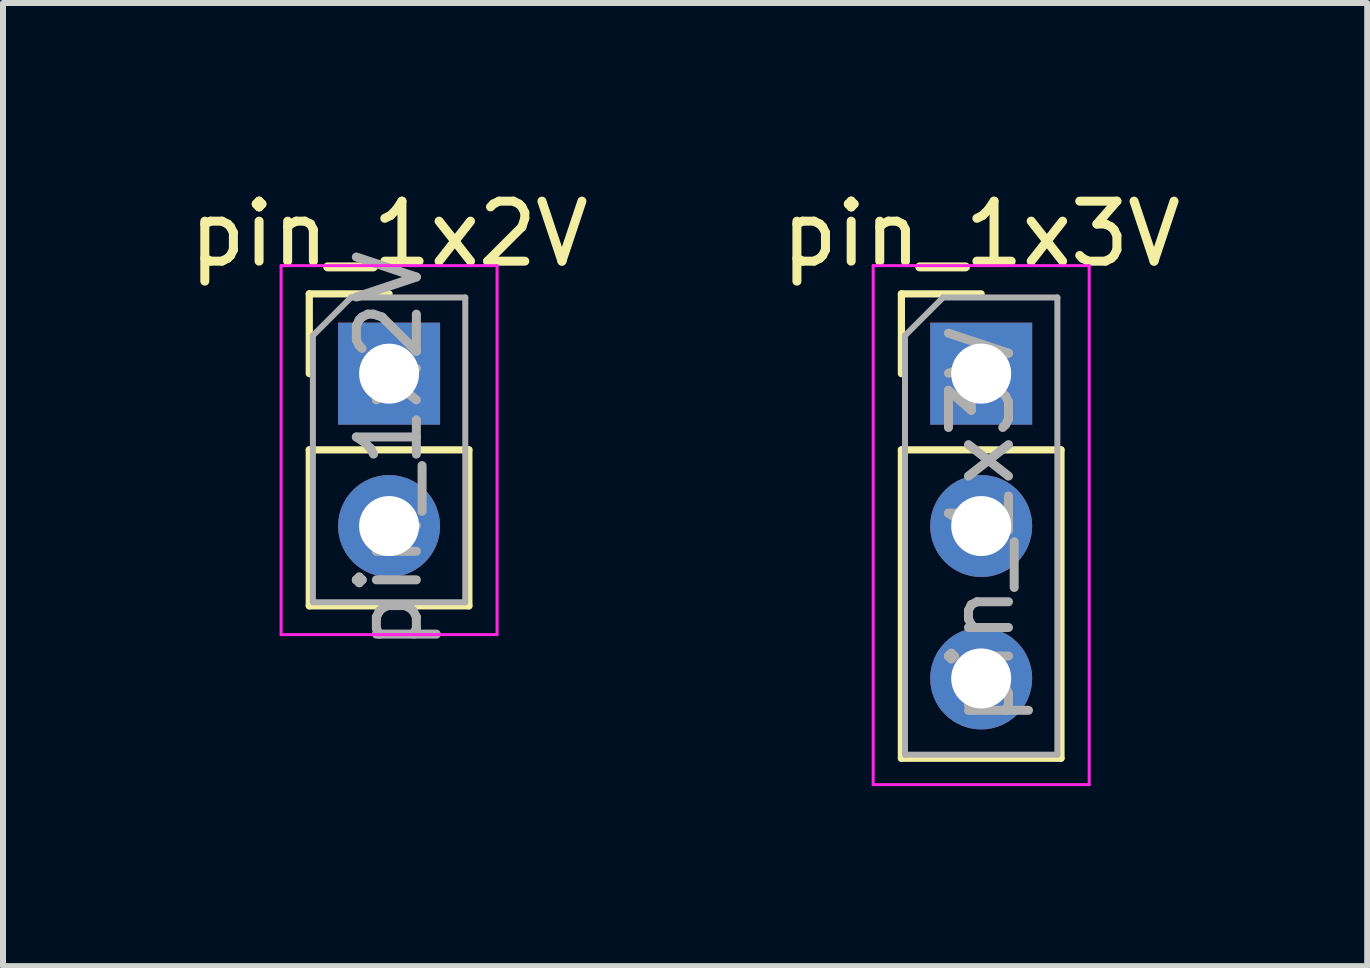
<source format=kicad_pcb>
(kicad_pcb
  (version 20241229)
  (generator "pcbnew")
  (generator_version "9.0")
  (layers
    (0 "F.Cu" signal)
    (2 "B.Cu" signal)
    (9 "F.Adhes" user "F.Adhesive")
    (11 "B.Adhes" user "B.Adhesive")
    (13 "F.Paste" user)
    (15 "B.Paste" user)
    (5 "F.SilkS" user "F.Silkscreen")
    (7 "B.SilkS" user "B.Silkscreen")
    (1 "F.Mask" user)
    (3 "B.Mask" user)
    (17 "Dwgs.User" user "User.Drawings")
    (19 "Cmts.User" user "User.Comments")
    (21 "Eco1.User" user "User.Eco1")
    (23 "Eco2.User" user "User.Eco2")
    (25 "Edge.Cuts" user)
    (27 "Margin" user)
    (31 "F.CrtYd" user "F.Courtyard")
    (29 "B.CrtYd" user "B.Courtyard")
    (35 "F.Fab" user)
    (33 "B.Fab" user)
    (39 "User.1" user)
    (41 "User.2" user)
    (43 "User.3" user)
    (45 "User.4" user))
  (footprint "pin_1x2V"
    (layer "F.Cu")
    (at 3.435 3.178)
    (property "Reference" "pin_1x2V" (at 0 -2.33 0) (layer "F.SilkS") (effects (font (size 1 1) (thickness 0.15))))
    (attr through_hole)
    (fp_line (start -1.33 -1.33) (end 0 -1.33) (stroke (width 0.12) (type solid)) (layer "F.SilkS"))
    (fp_line (start -1.33 0) (end -1.33 -1.33) (stroke (width 0.12) (type solid)) (layer "F.SilkS"))
    (fp_line (start -1.33 1.27) (end -1.33 3.87) (stroke (width 0.12) (type solid)) (layer "F.SilkS"))
    (fp_line (start -1.33 1.27) (end 1.33 1.27) (stroke (width 0.12) (type solid)) (layer "F.SilkS"))
    (fp_line (start -1.33 3.87) (end 1.33 3.87) (stroke (width 0.12) (type solid)) (layer "F.SilkS"))
    (fp_line (start 1.33 1.27) (end 1.33 3.87) (stroke (width 0.12) (type solid)) (layer "F.SilkS"))
    (fp_line (start -1.8 -1.8) (end -1.8 4.35) (stroke (width 0.05) (type solid)) (layer "F.CrtYd"))
    (fp_line (start -1.8 4.35) (end 1.8 4.35) (stroke (width 0.05) (type solid)) (layer "F.CrtYd"))
    (fp_line (start 1.8 -1.8) (end -1.8 -1.8) (stroke (width 0.05) (type solid)) (layer "F.CrtYd"))
    (fp_line (start 1.8 4.35) (end 1.8 -1.8) (stroke (width 0.05) (type solid)) (layer "F.CrtYd"))
    (fp_line (start -1.27 -0.635) (end -0.635 -1.27) (stroke (width 0.1) (type solid)) (layer "F.Fab"))
    (fp_line (start -1.27 3.81) (end -1.27 -0.635) (stroke (width 0.1) (type solid)) (layer "F.Fab"))
    (fp_line (start -0.635 -1.27) (end 1.27 -1.27) (stroke (width 0.1) (type solid)) (layer "F.Fab"))
    (fp_line (start 1.27 -1.27) (end 1.27 3.81) (stroke (width 0.1) (type solid)) (layer "F.Fab"))
    (fp_line (start 1.27 3.81) (end -1.27 3.81) (stroke (width 0.1) (type solid)) (layer "F.Fab"))
    (fp_text user "${REFERENCE}" (at 0 1.27 90) (layer "F.Fab") (effects (font (size 1 1) (thickness 0.15))))
    (pad "1" thru_hole rect (at 0 0) (size 1.7 1.7) (drill 1) (layers "*.Cu" "*.Mask"))
    (pad "2" thru_hole oval (at 0 2.54) (size 1.7 1.7) (drill 1) (layers "*.Cu" "*.Mask")))
  (footprint "pin_1x3V"
    (layer "F.Cu")
    (at 13.304 3.178)
    (property "Reference" "pin_1x3V" (at 0 -2.33 0) (layer "F.SilkS") (effects (font (size 1 1) (thickness 0.15))))
    (attr through_hole)
    (fp_line (start -1.33 -1.33) (end 0 -1.33) (stroke (width 0.12) (type solid)) (layer "F.SilkS"))
    (fp_line (start -1.33 0) (end -1.33 -1.33) (stroke (width 0.12) (type solid)) (layer "F.SilkS"))
    (fp_line (start -1.33 1.27) (end -1.33 6.41) (stroke (width 0.12) (type solid)) (layer "F.SilkS"))
    (fp_line (start -1.33 1.27) (end 1.33 1.27) (stroke (width 0.12) (type solid)) (layer "F.SilkS"))
    (fp_line (start -1.33 6.41) (end 1.33 6.41) (stroke (width 0.12) (type solid)) (layer "F.SilkS"))
    (fp_line (start 1.33 1.27) (end 1.33 6.41) (stroke (width 0.12) (type solid)) (layer "F.SilkS"))
    (fp_line (start -1.8 -1.8) (end -1.8 6.85) (stroke (width 0.05) (type solid)) (layer "F.CrtYd"))
    (fp_line (start -1.8 6.85) (end 1.8 6.85) (stroke (width 0.05) (type solid)) (layer "F.CrtYd"))
    (fp_line (start 1.8 -1.8) (end -1.8 -1.8) (stroke (width 0.05) (type solid)) (layer "F.CrtYd"))
    (fp_line (start 1.8 6.85) (end 1.8 -1.8) (stroke (width 0.05) (type solid)) (layer "F.CrtYd"))
    (fp_line (start -1.27 -0.635) (end -0.635 -1.27) (stroke (width 0.1) (type solid)) (layer "F.Fab"))
    (fp_line (start -1.27 6.35) (end -1.27 -0.635) (stroke (width 0.1) (type solid)) (layer "F.Fab"))
    (fp_line (start -0.635 -1.27) (end 1.27 -1.27) (stroke (width 0.1) (type solid)) (layer "F.Fab"))
    (fp_line (start 1.27 -1.27) (end 1.27 6.35) (stroke (width 0.1) (type solid)) (layer "F.Fab"))
    (fp_line (start 1.27 6.35) (end -1.27 6.35) (stroke (width 0.1) (type solid)) (layer "F.Fab"))
    (fp_text user "${REFERENCE}" (at 0 2.54 90) (layer "F.Fab") (effects (font (size 1 1) (thickness 0.15))))
    (pad "1" thru_hole rect (at 0 0) (size 1.7 1.7) (drill 1) (layers "*.Cu" "*.Mask"))
    (pad "2" thru_hole oval (at 0 2.54) (size 1.7 1.7) (drill 1) (layers "*.Cu" "*.Mask"))
    (pad "3" thru_hole oval (at 0 5.08) (size 1.7 1.7) (drill 1) (layers "*.Cu" "*.Mask")))
  (gr_rect
    (start -3 -3)
    (end 19.738 13.053)
    (stroke (width 0.1) (type default))
    (fill no)
    (layer "Edge.Cuts")))
</source>
